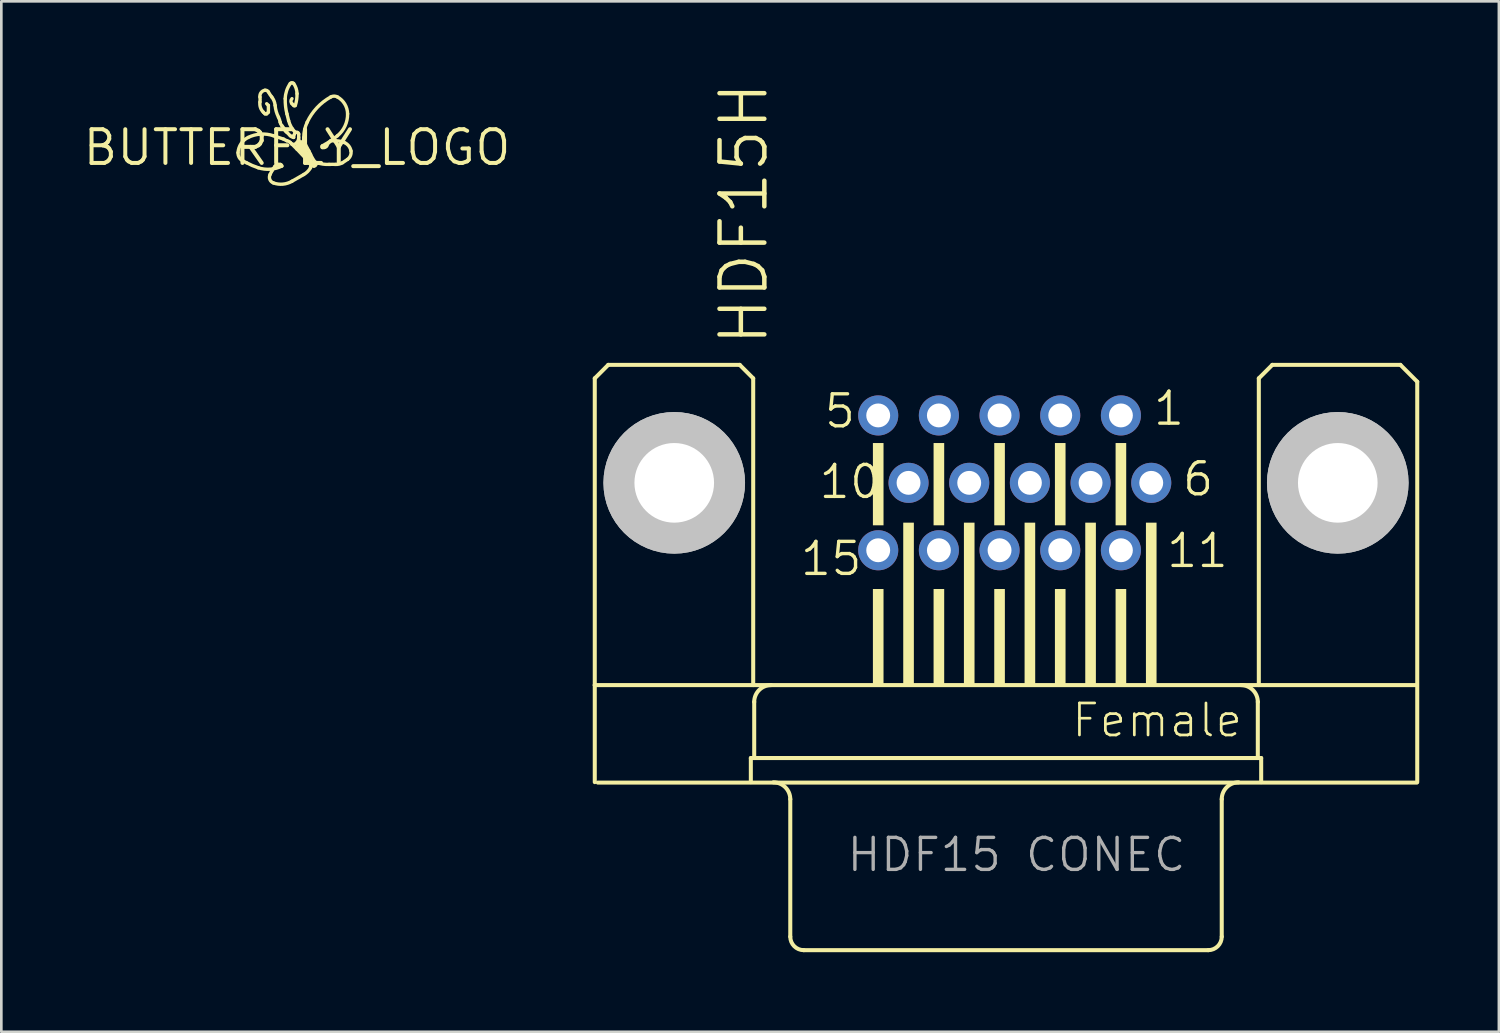
<source format=kicad_pcb>
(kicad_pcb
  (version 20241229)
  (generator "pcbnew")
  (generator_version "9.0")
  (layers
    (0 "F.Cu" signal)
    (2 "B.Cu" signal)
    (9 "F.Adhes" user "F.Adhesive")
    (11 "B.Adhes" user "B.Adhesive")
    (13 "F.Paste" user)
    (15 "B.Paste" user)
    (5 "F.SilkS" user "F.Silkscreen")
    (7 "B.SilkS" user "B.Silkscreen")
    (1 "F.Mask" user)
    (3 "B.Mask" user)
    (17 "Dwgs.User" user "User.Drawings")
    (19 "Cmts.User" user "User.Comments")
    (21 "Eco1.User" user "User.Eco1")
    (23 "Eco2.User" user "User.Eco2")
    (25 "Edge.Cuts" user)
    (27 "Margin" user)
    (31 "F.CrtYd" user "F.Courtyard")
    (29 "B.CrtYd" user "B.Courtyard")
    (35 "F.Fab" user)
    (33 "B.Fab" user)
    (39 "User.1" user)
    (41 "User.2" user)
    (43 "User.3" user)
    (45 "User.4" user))
  (footprint "BUTTERFLY_LOGO"
    (layer "F.Cu")
    (at 8.141 2.509)
    (property "Reference" "BUTTERFLY_LOGO" (at 0 0 0) (layer "F.SilkS") (effects (font (size 1.27 1.27) (thickness 0.15))))
    (attr through_hole)
    (fp_line (start -1.206 -1.27) (end -1.27 -1.333) (stroke (width 0.127) (type solid)) (layer "F.SilkS"))
    (fp_line (start -1.143 -1.651) (end -1.079 -1.587) (stroke (width 0.127) (type solid)) (layer "F.SilkS"))
    (fp_line (start -1.143 -1.27) (end -1.206 -1.27) (stroke (width 0.127) (type solid)) (layer "F.SilkS"))
    (fp_line (start -1.079 -1.587) (end -1.079 -1.333) (stroke (width 0.127) (type solid)) (layer "F.SilkS"))
    (fp_line (start -1.079 -1.333) (end -1.143 -1.27) (stroke (width 0.127) (type solid)) (layer "F.SilkS"))
    (fp_line (start -0.953 0.889) (end -1.016 1.016) (stroke (width 0.127) (type solid)) (layer "F.SilkS"))
    (fp_line (start -0.635 0.635) (end -0.699 0.635) (stroke (width 0.127) (type solid)) (layer "F.SilkS"))
    (fp_line (start -0.508 -0.318) (end -0.889 -0.445) (stroke (width 0.127) (type solid)) (layer "F.SilkS"))
    (fp_line (start -0.381 -1.27) (end -0.318 -1.016) (stroke (width 0.127) (type solid)) (layer "F.SilkS"))
    (fp_line (start -0.381 -0.572) (end -0.254 -0.445) (stroke (width 0.127) (type solid)) (layer "F.SilkS"))
    (fp_line (start -0.381 -0.254) (end -0.508 -0.318) (stroke (width 0.127) (type solid)) (layer "F.SilkS"))
    (fp_line (start -0.254 -0.191) (end -0.191 -0.127) (stroke (width 0.127) (type solid)) (layer "F.SilkS"))
    (fp_line (start -0.191 -0.127) (end 0 0.064) (stroke (width 0.127) (type solid)) (layer "F.SilkS"))
    (fp_line (start -0.127 -1.587) (end -0.191 -1.651) (stroke (width 0.127) (type solid)) (layer "F.SilkS"))
    (fp_line (start -0.127 -0.445) (end -0.064 -0.572) (stroke (width 0.127) (type solid)) (layer "F.SilkS"))
    (fp_line (start -0.127 -0.381) (end -0.127 -0.445) (stroke (width 0.127) (type solid)) (layer "F.SilkS"))
    (fp_line (start -0.064 -0.572) (end 0 -0.572) (stroke (width 0.127) (type solid)) (layer "F.SilkS"))
    (fp_line (start 0 -0.064) (end 0.572 0.572) (stroke (width 0.127) (type solid)) (layer "F.SilkS"))
    (fp_line (start 0.064 -0.508) (end 0.064 -0.381) (stroke (width 0.127) (type solid)) (layer "F.SilkS"))
    (fp_line (start 0.064 -0.127) (end 0.508 0.445) (stroke (width 0.127) (type solid)) (layer "F.SilkS"))
    (fp_line (start 0.127 -0.127) (end 0.445 0.318) (stroke (width 0.127) (type solid)) (layer "F.SilkS"))
    (fp_line (start 0.191 -0.127) (end 0.318 0.064) (stroke (width 0.127) (type solid)) (layer "F.SilkS"))
    (fp_line (start 0.254 -0.318) (end 0.254 -0.381) (stroke (width 0.127) (type solid)) (layer "F.SilkS"))
    (fp_line (start 0.254 -0.254) (end 0.254 -0.318) (stroke (width 0.127) (type solid)) (layer "F.SilkS"))
    (fp_line (start 0.953 0) (end 1.016 0) (stroke (width 0.127) (type solid)) (layer "F.SilkS"))
    (fp_line (start 1.143 -0.127) (end 1.27 -0.254) (stroke (width 0.127) (type solid)) (layer "F.SilkS"))
    (fp_line (start 1.27 -0.254) (end 1.46 -0.254) (stroke (width 0.127) (type solid)) (layer "F.SilkS"))
    (fp_arc (start -2.222499 0.190501) (mid -2.109205 -0.14672) (end -1.8415 -0.381) (stroke (width 0.127) (type solid)) (layer "F.SilkS"))
    (fp_arc (start -2.032 0.508) (mid -2.176391 0.378735) (end -2.2225 0.1905) (stroke (width 0.127) (type solid)) (layer "F.SilkS"))
    (fp_arc (start -2.032 0.508) (mid -1.967965 0.53868) (end -1.905 0.5715) (stroke (width 0.127) (type solid)) (layer "F.SilkS"))
    (fp_arc (start -1.8415 -0.381) (mid -1.371494 -0.506407) (end -0.889 -0.4445) (stroke (width 0.127) (type solid)) (layer "F.SilkS"))
    (fp_arc (start -1.4605 0.762) (mid -1.687155 0.677027) (end -1.905 0.5715) (stroke (width 0.127) (type solid)) (layer "F.SilkS"))
    (fp_arc (start -1.397 -1.905) (mid -1.390227 -1.80975) (end -1.397 -1.7145) (stroke (width 0.127) (type solid)) (layer "F.SilkS"))
    (fp_arc (start -1.397 -1.905) (mid -1.35434 -2.071443) (end -1.206499 -2.159001) (stroke (width 0.127) (type solid)) (layer "F.SilkS"))
    (fp_arc (start -1.27 -1.3335) (mid -1.378471 -1.50901) (end -1.397 -1.714501) (stroke (width 0.127) (type solid)) (layer "F.SilkS"))
    (fp_arc (start -1.2065 -2.159) (mid -1.133102 -2.147045) (end -1.079499 -2.095499) (stroke (width 0.127) (type solid)) (layer "F.SilkS"))
    (fp_arc (start -0.9525 -1.905) (mid -1.020065 -1.99754) (end -1.0795 -2.0955) (stroke (width 0.127) (type solid)) (layer "F.SilkS"))
    (fp_arc (start -0.9525 -1.905) (mid -0.865596 -1.755612) (end -0.825499 -1.5875) (stroke (width 0.127) (type solid)) (layer "F.SilkS"))
    (fp_arc (start -0.9525 0.889) (mid -0.891655 0.79198) (end -0.8255 0.6985) (stroke (width 0.127) (type solid)) (layer "F.SilkS"))
    (fp_arc (start -0.888998 1.3335) (mid -1.023758 1.203254) (end -1.016 1.016) (stroke (width 0.127) (type solid)) (layer "F.SilkS"))
    (fp_arc (start -0.8255 0.698501) (mid -0.769493 0.651765) (end -0.6985 0.635) (stroke (width 0.127) (type solid)) (layer "F.SilkS"))
    (fp_arc (start -0.6985 -1.143) (mid -0.783239 -1.359182) (end -0.8255 -1.5875) (stroke (width 0.127) (type solid)) (layer "F.SilkS"))
    (fp_arc (start -0.6985 -1.143) (mid -0.659734 -1.050089) (end -0.635 -0.9525) (stroke (width 0.127) (type solid)) (layer "F.SilkS"))
    (fp_arc (start -0.635 0.635) (mid -0.590099 0.653599) (end -0.5715 0.6985) (stroke (width 0.127) (type solid)) (layer "F.SilkS"))
    (fp_arc (start -0.571501 0.6985) (mid -1.009833 0.816595) (end -1.4605 0.762) (stroke (width 0.127) (type solid)) (layer "F.SilkS"))
    (fp_arc (start -0.5715 -0.8255) (mid -0.500152 -0.735482) (end -0.4445 -0.635) (stroke (width 0.127) (type solid)) (layer "F.SilkS"))
    (fp_arc (start -0.5715 -0.825499) (mid -0.612487 -0.884381) (end -0.635 -0.9525) (stroke (width 0.127) (type solid)) (layer "F.SilkS"))
    (fp_arc (start -0.4445 -1.8415) (mid -0.392162 -2.141554) (end -0.254 -2.413) (stroke (width 0.127) (type solid)) (layer "F.SilkS"))
    (fp_arc (start -0.381 -1.27) (mid -0.431974 -1.553614) (end -0.4445 -1.8415) (stroke (width 0.127) (type solid)) (layer "F.SilkS"))
    (fp_arc (start -0.381 -0.571499) (mid -0.418554 -0.597446) (end -0.4445 -0.635) (stroke (width 0.127) (type solid)) (layer "F.SilkS"))
    (fp_arc (start -0.381 -0.253999) (mid -0.312347 -0.232557) (end -0.254 -0.1905) (stroke (width 0.127) (type solid)) (layer "F.SilkS"))
    (fp_arc (start -0.254 -2.413) (mid -0.190499 -2.445702) (end -0.126999 -2.412999) (stroke (width 0.127) (type solid)) (layer "F.SilkS"))
    (fp_arc (start -0.1905 -1.651) (mid -0.229968 -1.746251) (end -0.190499 -1.841501) (stroke (width 0.127) (type solid)) (layer "F.SilkS"))
    (fp_arc (start -0.1905 1.27) (mid 0.031198 1.142035) (end 0.254 1.016) (stroke (width 0.127) (type solid)) (layer "F.SilkS"))
    (fp_arc (start -0.1905 1.270001) (mid -0.532698 1.379329) (end -0.889 1.3335) (stroke (width 0.127) (type solid)) (layer "F.SilkS"))
    (fp_arc (start -0.127001 -0.381) (mid -0.195651 -0.402448) (end -0.254 -0.4445) (stroke (width 0.127) (type solid)) (layer "F.SilkS"))
    (fp_arc (start -0.127 -2.413) (mid -0.034911 -2.23203) (end 0 -2.032001) (stroke (width 0.127) (type solid)) (layer "F.SilkS"))
    (fp_arc (start -0.0635 -1.5875) (mid -0.09525 -1.564282) (end -0.127 -1.5875) (stroke (width 0.127) (type solid)) (layer "F.SilkS"))
    (fp_arc (start -0.0635 -0.5715) (mid -0.221153 -0.776234) (end -0.3175 -1.016) (stroke (width 0.127) (type solid)) (layer "F.SilkS"))
    (fp_arc (start 0 -2.032) (mid -0.013295 -1.807114) (end -0.0635 -1.5875) (stroke (width 0.127) (type solid)) (layer "F.SilkS"))
    (fp_arc (start 0 -0.5715) (mid 0.044901 -0.552901) (end 0.0635 -0.508) (stroke (width 0.127) (type solid)) (layer "F.SilkS"))
    (fp_arc (start 0 -0.1905) (mid -0.08533 -0.12899) (end -0.1905 -0.127) (stroke (width 0.127) (type solid)) (layer "F.SilkS"))
    (fp_arc (start 0 0.0635) (mid 0.262396 0.341787) (end 0.508 0.635) (stroke (width 0.127) (type solid)) (layer "F.SilkS"))
    (fp_arc (start 0.0635 -0.381) (mid 0.047197 -0.280601) (end 0.000001 -0.1905) (stroke (width 0.127) (type solid)) (layer "F.SilkS"))
    (fp_arc (start 0.1905 -0.1905) (mid 0.100697 -0.227697) (end 0.0635 -0.3175) (stroke (width 0.127) (type solid)) (layer "F.SilkS"))
    (fp_arc (start 0.254 -0.381) (mid 0.286129 -0.673721) (end 0.381 -0.9525) (stroke (width 0.127) (type solid)) (layer "F.SilkS"))
    (fp_arc (start 0.254 -0.3175) (mid 0.216802 -0.227697) (end 0.126999 -0.190499) (stroke (width 0.127) (type solid)) (layer "F.SilkS"))
    (fp_arc (start 0.381 -0.9525) (mid 0.750218 -1.499012) (end 1.27 -1.904999) (stroke (width 0.127) (type solid)) (layer "F.SilkS"))
    (fp_arc (start 0.4445 0.127) (mid 0.344415 -0.061083) (end 0.254 -0.254) (stroke (width 0.127) (type solid)) (layer "F.SilkS"))
    (fp_arc (start 0.4445 0.127) (mid 0.477862 0.189694) (end 0.508 0.254) (stroke (width 0.127) (type solid)) (layer "F.SilkS"))
    (fp_arc (start 0.508 0.761998) (mid 0.584384 0.59926) (end 0.762 0.5715) (stroke (width 0.127) (type solid)) (layer "F.SilkS"))
    (fp_arc (start 0.508 0.762001) (mid 0.39857 0.906571) (end 0.254 1.016) (stroke (width 0.127) (type solid)) (layer "F.SilkS"))
    (fp_arc (start 0.635001 0.6985) (mid 0.564413 0.680925) (end 0.508 0.635) (stroke (width 0.127) (type solid)) (layer "F.SilkS"))
    (fp_arc (start 0.6985 0.5715) (mid 0.593111 0.418833) (end 0.508 0.254) (stroke (width 0.127) (type solid)) (layer "F.SilkS"))
    (fp_arc (start 0.6985 0.5715) (mid 0.707066 0.655158) (end 0.635 0.6985) (stroke (width 0.127) (type solid)) (layer "F.SilkS"))
    (fp_arc (start 0.952498 -0.000001) (mid 0.933379 -0.031751) (end 0.9525 -0.0635) (stroke (width 0.127) (type solid)) (layer "F.SilkS"))
    (fp_arc (start 1.143 -0.127) (mid 1.105803 -0.037197) (end 1.016 0) (stroke (width 0.127) (type solid)) (layer "F.SilkS"))
    (fp_arc (start 1.2065 0.635) (mid 0.981199 0.624607) (end 0.762 0.5715) (stroke (width 0.127) (type solid)) (layer "F.SilkS"))
    (fp_arc (start 1.2065 0.635) (mid 1.3335 0.631842) (end 1.4605 0.635) (stroke (width 0.127) (type solid)) (layer "F.SilkS"))
    (fp_arc (start 1.27 -1.905) (mid 1.397 -1.937859) (end 1.524 -1.905) (stroke (width 0.127) (type solid)) (layer "F.SilkS"))
    (fp_arc (start 1.4605 -0.254) (mid 1.622395 -0.237973) (end 1.778 -0.1905) (stroke (width 0.127) (type solid)) (layer "F.SilkS"))
    (fp_arc (start 1.524 -1.905) (mid 1.799644 -1.638587) (end 1.905 -1.27) (stroke (width 0.127) (type solid)) (layer "F.SilkS"))
    (fp_arc (start 1.524 -0.4445) (mid 1.247944 -0.239458) (end 0.9525 -0.0635) (stroke (width 0.127) (type solid)) (layer "F.SilkS"))
    (fp_arc (start 1.7145 0.5715) (mid 1.592213 0.622102) (end 1.460499 0.635) (stroke (width 0.127) (type solid)) (layer "F.SilkS"))
    (fp_arc (start 1.778 -0.1905) (mid 1.945632 -0.064256) (end 2.031999 0.127) (stroke (width 0.127) (type solid)) (layer "F.SilkS"))
    (fp_arc (start 1.905 -1.27) (mid 1.808686 -0.813779) (end 1.524 -0.444499) (stroke (width 0.127) (type solid)) (layer "F.SilkS"))
    (fp_arc (start 1.905 0.4445) (mid 1.811281 0.510297) (end 1.7145 0.5715) (stroke (width 0.127) (type solid)) (layer "F.SilkS"))
    (fp_arc (start 2.032 0.127) (mid 2.013636 0.303805) (end 1.904999 0.4445) (stroke (width 0.127) (type solid)) (layer "F.SilkS")))
  (footprint "HDF15H"
    (layer "F.Cu")
    (at 34.853 15.142)
    (property "Reference" "HDF15H" (at -8.89 -5.08 270) (layer "F.SilkS") (effects (font (size 1.689 1.689) (thickness 0.169)) (justify left bottom)))
    (attr through_hole)
    (fp_line (start -15.494 -3.937) (end -15.494 7.62) (stroke (width 0.152) (type solid)) (layer "F.SilkS"))
    (fp_line (start -15.494 11.276) (end -15.494 7.62) (stroke (width 0.152) (type solid)) (layer "F.SilkS"))
    (fp_line (start -14.986 -4.445) (end -15.494 -3.937) (stroke (width 0.152) (type solid)) (layer "F.SilkS"))
    (fp_line (start -10.033 -4.445) (end -14.986 -4.445) (stroke (width 0.152) (type solid)) (layer "F.SilkS"))
    (fp_line (start -9.614 10.368) (end -9.614 11.276) (stroke (width 0.152) (type solid)) (layer "F.SilkS"))
    (fp_line (start -9.525 -3.937) (end -10.033 -4.445) (stroke (width 0.152) (type solid)) (layer "F.SilkS"))
    (fp_line (start -9.525 -3.937) (end -9.525 7.62) (stroke (width 0.152) (type solid)) (layer "F.SilkS"))
    (fp_line (start -9.487 8.255) (end -9.487 10.368) (stroke (width 0.152) (type solid)) (layer "F.SilkS"))
    (fp_line (start -9.487 10.368) (end -9.614 10.368) (stroke (width 0.152) (type solid)) (layer "F.SilkS"))
    (fp_line (start -8.128 11.919) (end -8.128 17.099) (stroke (width 0.152) (type solid)) (layer "F.SilkS"))
    (fp_line (start 7.62 17.607) (end -7.62 17.607) (stroke (width 0.152) (type solid)) (layer "F.SilkS"))
    (fp_line (start 8.128 11.919) (end 8.128 17.099) (stroke (width 0.152) (type solid)) (layer "F.SilkS"))
    (fp_line (start 9.487 8.255) (end 9.487 10.368) (stroke (width 0.152) (type solid)) (layer "F.SilkS"))
    (fp_line (start 9.487 10.368) (end -9.487 10.368) (stroke (width 0.152) (type solid)) (layer "F.SilkS"))
    (fp_line (start 9.525 -3.937) (end 9.525 7.62) (stroke (width 0.152) (type solid)) (layer "F.SilkS"))
    (fp_line (start 9.614 10.368) (end 9.487 10.368) (stroke (width 0.152) (type solid)) (layer "F.SilkS"))
    (fp_line (start 9.614 10.368) (end 9.614 11.276) (stroke (width 0.152) (type solid)) (layer "F.SilkS"))
    (fp_line (start 10.033 -4.445) (end 9.525 -3.937) (stroke (width 0.152) (type solid)) (layer "F.SilkS"))
    (fp_line (start 10.033 -4.445) (end 14.859 -4.445) (stroke (width 0.152) (type solid)) (layer "F.SilkS"))
    (fp_line (start 14.859 -4.445) (end 15.494 -3.81) (stroke (width 0.152) (type solid)) (layer "F.SilkS"))
    (fp_line (start 15.475 7.62) (end -15.494 7.62) (stroke (width 0.152) (type solid)) (layer "F.SilkS"))
    (fp_line (start 15.476 11.294) (end -15.38 11.294) (stroke (width 0.152) (type solid)) (layer "F.SilkS"))
    (fp_line (start 15.494 -3.81) (end 15.494 11.276) (stroke (width 0.152) (type solid)) (layer "F.SilkS"))
    (fp_arc (start -9.487 8.255) (mid -9.301013 7.805987) (end -8.852 7.62) (stroke (width 0.1524) (type solid)) (layer "F.SilkS"))
    (fp_arc (start -8.763 11.284) (mid -8.313987 11.469987) (end -8.128 11.919) (stroke (width 0.1524) (type solid)) (layer "F.SilkS"))
    (fp_arc (start -7.62 17.607) (mid -7.97921 17.45821) (end -8.128 17.099) (stroke (width 0.1524) (type solid)) (layer "F.SilkS"))
    (fp_arc (start 8.128 11.919) (mid 8.313987 11.469987) (end 8.763 11.284) (stroke (width 0.1524) (type solid)) (layer "F.SilkS"))
    (fp_arc (start 8.128 17.099) (mid 7.97921 17.45821) (end 7.62 17.607) (stroke (width 0.1524) (type solid)) (layer "F.SilkS"))
    (fp_arc (start 8.852 7.62) (mid 9.301013 7.805987) (end 9.487 8.255) (stroke (width 0.1524) (type solid)) (layer "F.SilkS"))
    (fp_circle (center -12.5 0) (end -10.849 0) (stroke (width 0.152) (type solid)) (fill no) (layer "F.SilkS"))
    (fp_circle (center 12.5 0) (end 14.151 0) (stroke (width 0.152) (type solid)) (fill no) (layer "F.SilkS"))
    (fp_poly (pts (xy -5.015 1.6) (xy -4.615 1.6) (xy -4.615 -1.5) (xy -5.015 -1.5)) (stroke (width 0) (type solid)) (fill yes) (layer "F.SilkS"))
    (fp_poly (pts (xy -5.015 7.6) (xy -4.615 7.6) (xy -4.615 4) (xy -5.015 4)) (stroke (width 0) (type solid)) (fill yes) (layer "F.SilkS"))
    (fp_poly (pts (xy -3.872 7.6) (xy -3.472 7.6) (xy -3.472 1.5) (xy -3.872 1.5)) (stroke (width 0) (type solid)) (fill yes) (layer "F.SilkS"))
    (fp_poly (pts (xy -2.729 1.6) (xy -2.329 1.6) (xy -2.329 -1.5) (xy -2.729 -1.5)) (stroke (width 0) (type solid)) (fill yes) (layer "F.SilkS"))
    (fp_poly (pts (xy -2.729 7.6) (xy -2.329 7.6) (xy -2.329 4) (xy -2.729 4)) (stroke (width 0) (type solid)) (fill yes) (layer "F.SilkS"))
    (fp_poly (pts (xy -1.586 7.6) (xy -1.186 7.6) (xy -1.186 1.5) (xy -1.586 1.5)) (stroke (width 0) (type solid)) (fill yes) (layer "F.SilkS"))
    (fp_poly (pts (xy -0.443 1.6) (xy -0.043 1.6) (xy -0.043 -1.5) (xy -0.443 -1.5)) (stroke (width 0) (type solid)) (fill yes) (layer "F.SilkS"))
    (fp_poly (pts (xy -0.443 7.6) (xy -0.043 7.6) (xy -0.043 4) (xy -0.443 4)) (stroke (width 0) (type solid)) (fill yes) (layer "F.SilkS"))
    (fp_poly (pts (xy 0.7 7.6) (xy 1.1 7.6) (xy 1.1 1.5) (xy 0.7 1.5)) (stroke (width 0) (type solid)) (fill yes) (layer "F.SilkS"))
    (fp_poly (pts (xy 1.843 1.6) (xy 2.243 1.6) (xy 2.243 -1.5) (xy 1.843 -1.5)) (stroke (width 0) (type solid)) (fill yes) (layer "F.SilkS"))
    (fp_poly (pts (xy 1.843 7.6) (xy 2.243 7.6) (xy 2.243 4) (xy 1.843 4)) (stroke (width 0) (type solid)) (fill yes) (layer "F.SilkS"))
    (fp_poly (pts (xy 2.986 7.6) (xy 3.386 7.6) (xy 3.386 1.5) (xy 2.986 1.5)) (stroke (width 0) (type solid)) (fill yes) (layer "F.SilkS"))
    (fp_poly (pts (xy 4.129 1.6) (xy 4.529 1.6) (xy 4.529 -1.5) (xy 4.129 -1.5)) (stroke (width 0) (type solid)) (fill yes) (layer "F.SilkS"))
    (fp_poly (pts (xy 4.129 7.6) (xy 4.529 7.6) (xy 4.529 4) (xy 4.129 4)) (stroke (width 0) (type solid)) (fill yes) (layer "F.SilkS"))
    (fp_poly (pts (xy 5.272 7.6) (xy 5.672 7.6) (xy 5.672 1.5) (xy 5.272 1.5)) (stroke (width 0) (type solid)) (fill yes) (layer "F.SilkS"))
    (fp_circle (center -12.5 0) (end -11.166 0) (stroke (width 2.667) (type solid)) (fill no) (layer "Dwgs.User"))
    (fp_circle (center -12.5 0) (end -11.166 0) (stroke (width 2.667) (type solid)) (fill no) (layer "Dwgs.User"))
    (fp_circle (center 12.5 0) (end 13.834 0) (stroke (width 2.667) (type solid)) (fill no) (layer "Dwgs.User"))
    (fp_circle (center 12.5 0) (end 13.834 0) (stroke (width 2.667) (type solid)) (fill no) (layer "Dwgs.User"))
    (fp_text user "Female" (at 2.413 9.652 0) (layer "F.SilkS") (effects (font (size 1.206 1.206) (thickness 0.102)) (justify left bottom)))
    (fp_text user "10" (at -7.115 0.665 0) (layer "F.SilkS") (effects (font (size 1.206 1.206) (thickness 0.127)) (justify left bottom)))
    (fp_text user "1" (at 5.48 -2.095 0) (layer "F.SilkS") (effects (font (size 1.206 1.206) (thickness 0.127)) (justify left bottom)))
    (fp_text user "5" (at -6.915 -1.995 0) (layer "F.SilkS") (effects (font (size 1.206 1.206) (thickness 0.127)) (justify left bottom)))
    (fp_text user "15" (at -7.82 3.565 0) (layer "F.SilkS") (effects (font (size 1.206 1.206) (thickness 0.127)) (justify left bottom)))
    (fp_text user "11" (at 5.98 3.265 0) (layer "F.SilkS") (effects (font (size 1.206 1.206) (thickness 0.127)) (justify left bottom)))
    (fp_text user "6" (at 6.58 0.565 0) (layer "F.SilkS") (effects (font (size 1.206 1.206) (thickness 0.127)) (justify left bottom)))
    (fp_text user "HDF15 CONEC" (at -6.064 14.717 0) (layer "F.Fab") (effects (font (size 1.206 1.206) (thickness 0.127)) (justify left bottom)))
    (pad "1" thru_hole circle (at 4.329 -2.54) (size 1.51 1.51) (drill 0.9) (layers "*.Cu" "*.Mask"))
    (pad "2" thru_hole circle (at 2.043 -2.54) (size 1.51 1.51) (drill 0.9) (layers "*.Cu" "*.Mask"))
    (pad "3" thru_hole circle (at -0.243 -2.54) (size 1.51 1.51) (drill 0.9) (layers "*.Cu" "*.Mask"))
    (pad "4" thru_hole circle (at -2.529 -2.54) (size 1.51 1.51) (drill 0.9) (layers "*.Cu" "*.Mask"))
    (pad "5" thru_hole circle (at -4.815 -2.54) (size 1.51 1.51) (drill 0.9) (layers "*.Cu" "*.Mask"))
    (pad "6" thru_hole circle (at 5.472 0) (size 1.51 1.51) (drill 0.9) (layers "*.Cu" "*.Mask"))
    (pad "7" thru_hole circle (at 3.186 0) (size 1.51 1.51) (drill 0.9) (layers "*.Cu" "*.Mask"))
    (pad "8" thru_hole circle (at 0.9 0) (size 1.51 1.51) (drill 0.9) (layers "*.Cu" "*.Mask"))
    (pad "9" thru_hole circle (at -1.386 0) (size 1.51 1.51) (drill 0.9) (layers "*.Cu" "*.Mask"))
    (pad "10" thru_hole circle (at -3.672 0) (size 1.51 1.51) (drill 0.9) (layers "*.Cu" "*.Mask"))
    (pad "11" thru_hole circle (at 4.329 2.54) (size 1.51 1.51) (drill 0.9) (layers "*.Cu" "*.Mask"))
    (pad "12" thru_hole circle (at 2.043 2.54) (size 1.51 1.51) (drill 0.9) (layers "*.Cu" "*.Mask"))
    (pad "13" thru_hole circle (at -0.243 2.54) (size 1.51 1.51) (drill 0.9) (layers "*.Cu" "*.Mask"))
    (pad "14" thru_hole circle (at -2.529 2.54) (size 1.51 1.51) (drill 0.9) (layers "*.Cu" "*.Mask"))
    (pad "15" thru_hole circle (at -4.815 2.54) (size 1.51 1.51) (drill 0.9) (layers "*.Cu" "*.Mask"))
    (pad "P$1" thru_hole circle (at -12.5 0) (size 5 5) (drill 3) (layers "*.Cu" "*.Mask"))
    (pad "P$2" thru_hole circle (at 12.5 0) (size 5 5) (drill 3) (layers "*.Cu" "*.Mask")))
  (gr_rect
    (start -3 -3)
    (end 53.423 35.825)
    (stroke (width 0.1) (type default))
    (fill no)
    (layer "Edge.Cuts")))
</source>
